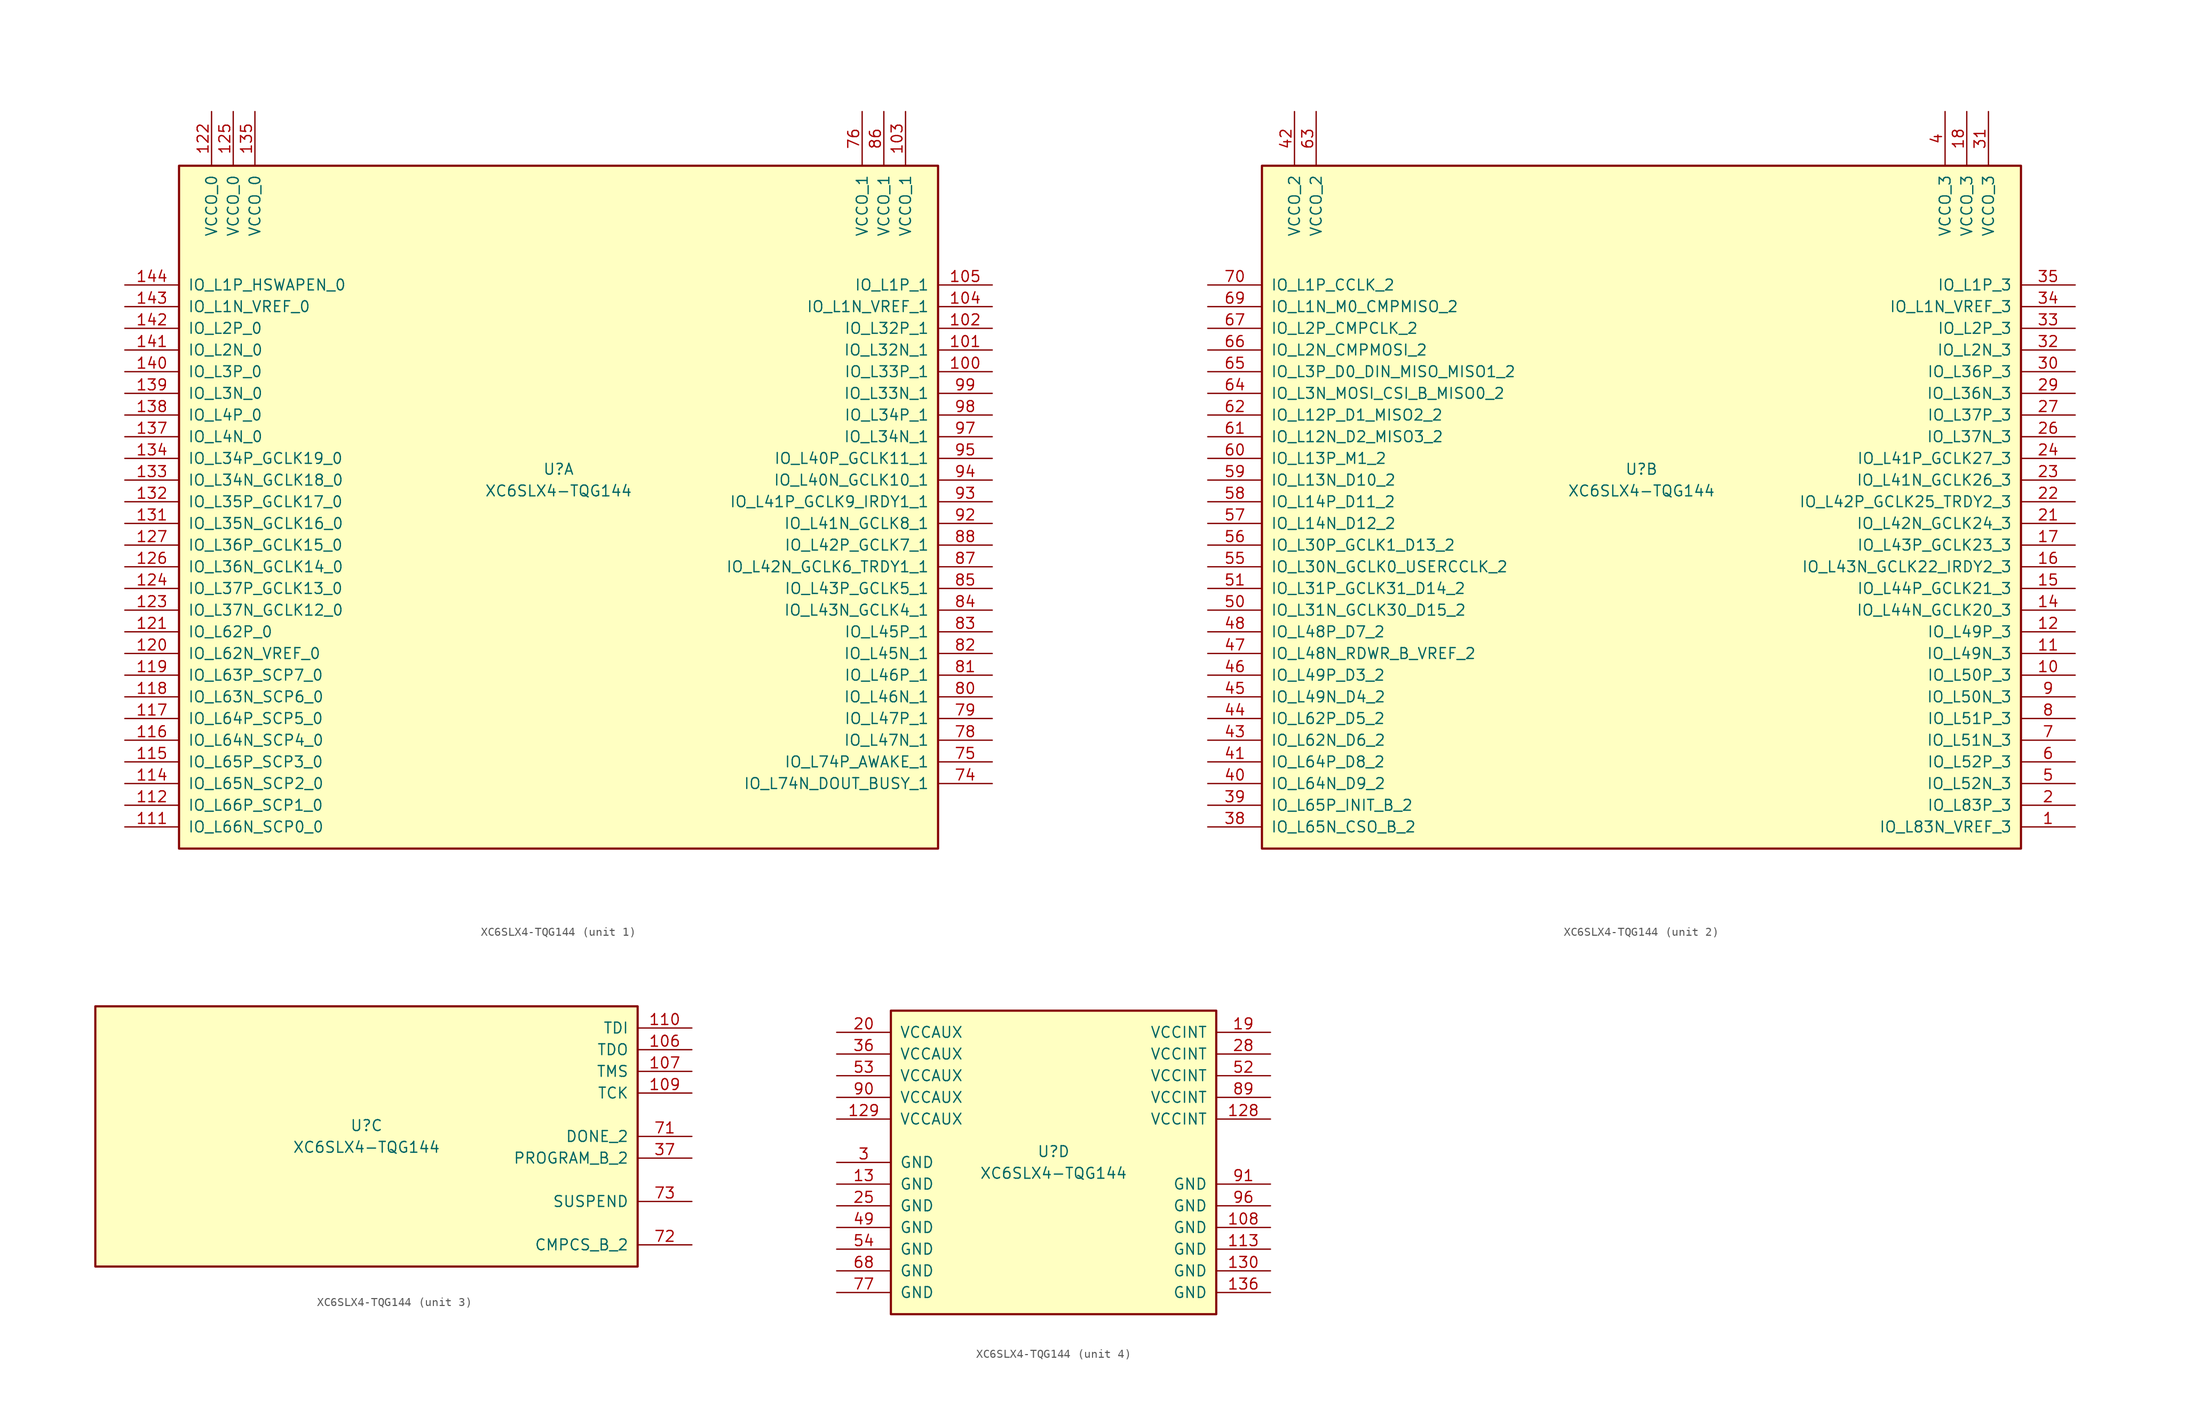
<source format=kicad_sym>
(kicad_symbol_lib
  (version 20220914)
  (generator kicad_symbol_editor)
  (symbol "XC6SLX4-TQG144"
    (pin_names
      (offset 1.016))
    (property "Reference" "U"
      (at 0 1.27 0)
      (effects (font (size 1.27 1.27))))
    (property "Value" "XC6SLX4-TQG144"
      (at 0 -1.27 0)
      (effects (font (size 1.27 1.27))))
    (property "Datasheet" ""
      (at 0 0 0)
      (effects (font (size 1.27 1.27))))
    (property "ki_locked" ""
      (at 0 0 0)
      (effects (font (size 1.27 1.27))))
    (symbol "XC6SLX4-TQG144_1_1"
      (rectangle (start -44.45 36.83) (end 44.45 -43.18) (stroke (width 0.254) (type default)) (fill (type background)))
      (pin bidirectional line (at 50.8 12.7 180) (length 6.35) (name "IO_L33P_1" (effects (font (size 1.27 1.27)))) (number "100" (effects (font (size 1.27 1.27)))))
      (pin bidirectional line (at 50.8 15.24 180) (length 6.35) (name "IO_L32N_1" (effects (font (size 1.27 1.27)))) (number "101" (effects (font (size 1.27 1.27)))))
      (pin bidirectional line (at 50.8 17.78 180) (length 6.35) (name "IO_L32P_1" (effects (font (size 1.27 1.27)))) (number "102" (effects (font (size 1.27 1.27)))))
      (pin power_in line (at 40.64 43.18 270) (length 6.35) (name "VCCO_1" (effects (font (size 1.27 1.27)))) (number "103" (effects (font (size 1.27 1.27)))))
      (pin bidirectional line (at 50.8 20.32 180) (length 6.35) (name "IO_L1N_VREF_1" (effects (font (size 1.27 1.27)))) (number "104" (effects (font (size 1.27 1.27)))))
      (pin bidirectional line (at 50.8 22.86 180) (length 6.35) (name "IO_L1P_1" (effects (font (size 1.27 1.27)))) (number "105" (effects (font (size 1.27 1.27)))))
      (pin bidirectional line (at -50.8 -40.64 0) (length 6.35) (name "IO_L66N_SCP0_0" (effects (font (size 1.27 1.27)))) (number "111" (effects (font (size 1.27 1.27)))))
      (pin bidirectional line (at -50.8 -38.1 0) (length 6.35) (name "IO_L66P_SCP1_0" (effects (font (size 1.27 1.27)))) (number "112" (effects (font (size 1.27 1.27)))))
      (pin bidirectional line (at -50.8 -35.56 0) (length 6.35) (name "IO_L65N_SCP2_0" (effects (font (size 1.27 1.27)))) (number "114" (effects (font (size 1.27 1.27)))))
      (pin bidirectional line (at -50.8 -33.02 0) (length 6.35) (name "IO_L65P_SCP3_0" (effects (font (size 1.27 1.27)))) (number "115" (effects (font (size 1.27 1.27)))))
      (pin bidirectional line (at -50.8 -30.48 0) (length 6.35) (name "IO_L64N_SCP4_0" (effects (font (size 1.27 1.27)))) (number "116" (effects (font (size 1.27 1.27)))))
      (pin bidirectional line (at -50.8 -27.94 0) (length 6.35) (name "IO_L64P_SCP5_0" (effects (font (size 1.27 1.27)))) (number "117" (effects (font (size 1.27 1.27)))))
      (pin bidirectional line (at -50.8 -25.4 0) (length 6.35) (name "IO_L63N_SCP6_0" (effects (font (size 1.27 1.27)))) (number "118" (effects (font (size 1.27 1.27)))))
      (pin bidirectional line (at -50.8 -22.86 0) (length 6.35) (name "IO_L63P_SCP7_0" (effects (font (size 1.27 1.27)))) (number "119" (effects (font (size 1.27 1.27)))))
      (pin bidirectional line (at -50.8 -20.32 0) (length 6.35) (name "IO_L62N_VREF_0" (effects (font (size 1.27 1.27)))) (number "120" (effects (font (size 1.27 1.27)))))
      (pin bidirectional line (at -50.8 -17.78 0) (length 6.35) (name "IO_L62P_0" (effects (font (size 1.27 1.27)))) (number "121" (effects (font (size 1.27 1.27)))))
      (pin power_in line (at -40.64 43.18 270) (length 6.35) (name "VCCO_0" (effects (font (size 1.27 1.27)))) (number "122" (effects (font (size 1.27 1.27)))))
      (pin bidirectional line (at -50.8 -15.24 0) (length 6.35) (name "IO_L37N_GCLK12_0" (effects (font (size 1.27 1.27)))) (number "123" (effects (font (size 1.27 1.27)))))
      (pin bidirectional line (at -50.8 -12.7 0) (length 6.35) (name "IO_L37P_GCLK13_0" (effects (font (size 1.27 1.27)))) (number "124" (effects (font (size 1.27 1.27)))))
      (pin power_in line (at -38.1 43.18 270) (length 6.35) (name "VCCO_0" (effects (font (size 1.27 1.27)))) (number "125" (effects (font (size 1.27 1.27)))))
      (pin bidirectional line (at -50.8 -10.16 0) (length 6.35) (name "IO_L36N_GCLK14_0" (effects (font (size 1.27 1.27)))) (number "126" (effects (font (size 1.27 1.27)))))
      (pin bidirectional line (at -50.8 -7.62 0) (length 6.35) (name "IO_L36P_GCLK15_0" (effects (font (size 1.27 1.27)))) (number "127" (effects (font (size 1.27 1.27)))))
      (pin bidirectional line (at -50.8 -5.08 0) (length 6.35) (name "IO_L35N_GCLK16_0" (effects (font (size 1.27 1.27)))) (number "131" (effects (font (size 1.27 1.27)))))
      (pin bidirectional line (at -50.8 -2.54 0) (length 6.35) (name "IO_L35P_GCLK17_0" (effects (font (size 1.27 1.27)))) (number "132" (effects (font (size 1.27 1.27)))))
      (pin bidirectional line (at -50.8 0 0) (length 6.35) (name "IO_L34N_GCLK18_0" (effects (font (size 1.27 1.27)))) (number "133" (effects (font (size 1.27 1.27)))))
      (pin bidirectional line (at -50.8 2.54 0) (length 6.35) (name "IO_L34P_GCLK19_0" (effects (font (size 1.27 1.27)))) (number "134" (effects (font (size 1.27 1.27)))))
      (pin power_in line (at -35.56 43.18 270) (length 6.35) (name "VCCO_0" (effects (font (size 1.27 1.27)))) (number "135" (effects (font (size 1.27 1.27)))))
      (pin bidirectional line (at -50.8 5.08 0) (length 6.35) (name "IO_L4N_0" (effects (font (size 1.27 1.27)))) (number "137" (effects (font (size 1.27 1.27)))))
      (pin bidirectional line (at -50.8 7.62 0) (length 6.35) (name "IO_L4P_0" (effects (font (size 1.27 1.27)))) (number "138" (effects (font (size 1.27 1.27)))))
      (pin bidirectional line (at -50.8 10.16 0) (length 6.35) (name "IO_L3N_0" (effects (font (size 1.27 1.27)))) (number "139" (effects (font (size 1.27 1.27)))))
      (pin bidirectional line (at -50.8 12.7 0) (length 6.35) (name "IO_L3P_0" (effects (font (size 1.27 1.27)))) (number "140" (effects (font (size 1.27 1.27)))))
      (pin bidirectional line (at -50.8 15.24 0) (length 6.35) (name "IO_L2N_0" (effects (font (size 1.27 1.27)))) (number "141" (effects (font (size 1.27 1.27)))))
      (pin bidirectional line (at -50.8 17.78 0) (length 6.35) (name "IO_L2P_0" (effects (font (size 1.27 1.27)))) (number "142" (effects (font (size 1.27 1.27)))))
      (pin bidirectional line (at -50.8 20.32 0) (length 6.35) (name "IO_L1N_VREF_0" (effects (font (size 1.27 1.27)))) (number "143" (effects (font (size 1.27 1.27)))))
      (pin bidirectional line (at -50.8 22.86 0) (length 6.35) (name "IO_L1P_HSWAPEN_0" (effects (font (size 1.27 1.27)))) (number "144" (effects (font (size 1.27 1.27)))))
      (pin bidirectional line (at 50.8 -35.56 180) (length 6.35) (name "IO_L74N_DOUT_BUSY_1" (effects (font (size 1.27 1.27)))) (number "74" (effects (font (size 1.27 1.27)))))
      (pin bidirectional line (at 50.8 -33.02 180) (length 6.35) (name "IO_L74P_AWAKE_1" (effects (font (size 1.27 1.27)))) (number "75" (effects (font (size 1.27 1.27)))))
      (pin power_in line (at 35.56 43.18 270) (length 6.35) (name "VCCO_1" (effects (font (size 1.27 1.27)))) (number "76" (effects (font (size 1.27 1.27)))))
      (pin bidirectional line (at 50.8 -30.48 180) (length 6.35) (name "IO_L47N_1" (effects (font (size 1.27 1.27)))) (number "78" (effects (font (size 1.27 1.27)))))
      (pin bidirectional line (at 50.8 -27.94 180) (length 6.35) (name "IO_L47P_1" (effects (font (size 1.27 1.27)))) (number "79" (effects (font (size 1.27 1.27)))))
      (pin bidirectional line (at 50.8 -25.4 180) (length 6.35) (name "IO_L46N_1" (effects (font (size 1.27 1.27)))) (number "80" (effects (font (size 1.27 1.27)))))
      (pin bidirectional line (at 50.8 -22.86 180) (length 6.35) (name "IO_L46P_1" (effects (font (size 1.27 1.27)))) (number "81" (effects (font (size 1.27 1.27)))))
      (pin bidirectional line (at 50.8 -20.32 180) (length 6.35) (name "IO_L45N_1" (effects (font (size 1.27 1.27)))) (number "82" (effects (font (size 1.27 1.27)))))
      (pin bidirectional line (at 50.8 -17.78 180) (length 6.35) (name "IO_L45P_1" (effects (font (size 1.27 1.27)))) (number "83" (effects (font (size 1.27 1.27)))))
      (pin bidirectional line (at 50.8 -15.24 180) (length 6.35) (name "IO_L43N_GCLK4_1" (effects (font (size 1.27 1.27)))) (number "84" (effects (font (size 1.27 1.27)))))
      (pin bidirectional line (at 50.8 -12.7 180) (length 6.35) (name "IO_L43P_GCLK5_1" (effects (font (size 1.27 1.27)))) (number "85" (effects (font (size 1.27 1.27)))))
      (pin power_in line (at 38.1 43.18 270) (length 6.35) (name "VCCO_1" (effects (font (size 1.27 1.27)))) (number "86" (effects (font (size 1.27 1.27)))))
      (pin bidirectional line (at 50.8 -10.16 180) (length 6.35) (name "IO_L42N_GCLK6_TRDY1_1" (effects (font (size 1.27 1.27)))) (number "87" (effects (font (size 1.27 1.27)))))
      (pin bidirectional line (at 50.8 -7.62 180) (length 6.35) (name "IO_L42P_GCLK7_1" (effects (font (size 1.27 1.27)))) (number "88" (effects (font (size 1.27 1.27)))))
      (pin bidirectional line (at 50.8 -5.08 180) (length 6.35) (name "IO_L41N_GCLK8_1" (effects (font (size 1.27 1.27)))) (number "92" (effects (font (size 1.27 1.27)))))
      (pin bidirectional line (at 50.8 -2.54 180) (length 6.35) (name "IO_L41P_GCLK9_IRDY1_1" (effects (font (size 1.27 1.27)))) (number "93" (effects (font (size 1.27 1.27)))))
      (pin bidirectional line (at 50.8 0 180) (length 6.35) (name "IO_L40N_GCLK10_1" (effects (font (size 1.27 1.27)))) (number "94" (effects (font (size 1.27 1.27)))))
      (pin bidirectional line (at 50.8 2.54 180) (length 6.35) (name "IO_L40P_GCLK11_1" (effects (font (size 1.27 1.27)))) (number "95" (effects (font (size 1.27 1.27)))))
      (pin bidirectional line (at 50.8 5.08 180) (length 6.35) (name "IO_L34N_1" (effects (font (size 1.27 1.27)))) (number "97" (effects (font (size 1.27 1.27)))))
      (pin bidirectional line (at 50.8 7.62 180) (length 6.35) (name "IO_L34P_1" (effects (font (size 1.27 1.27)))) (number "98" (effects (font (size 1.27 1.27)))))
      (pin bidirectional line (at 50.8 10.16 180) (length 6.35) (name "IO_L33N_1" (effects (font (size 1.27 1.27)))) (number "99" (effects (font (size 1.27 1.27))))))
    (symbol "XC6SLX4-TQG144_2_1"
      (rectangle (start -44.45 36.83) (end 44.45 -43.18) (stroke (width 0.254) (type default)) (fill (type background)))
      (pin bidirectional line (at 50.8 -40.64 180) (length 6.35) (name "IO_L83N_VREF_3" (effects (font (size 1.27 1.27)))) (number "1" (effects (font (size 1.27 1.27)))))
      (pin bidirectional line (at 50.8 -22.86 180) (length 6.35) (name "IO_L50P_3" (effects (font (size 1.27 1.27)))) (number "10" (effects (font (size 1.27 1.27)))))
      (pin bidirectional line (at 50.8 -20.32 180) (length 6.35) (name "IO_L49N_3" (effects (font (size 1.27 1.27)))) (number "11" (effects (font (size 1.27 1.27)))))
      (pin bidirectional line (at 50.8 -17.78 180) (length 6.35) (name "IO_L49P_3" (effects (font (size 1.27 1.27)))) (number "12" (effects (font (size 1.27 1.27)))))
      (pin bidirectional line (at 50.8 -15.24 180) (length 6.35) (name "IO_L44N_GCLK20_3" (effects (font (size 1.27 1.27)))) (number "14" (effects (font (size 1.27 1.27)))))
      (pin bidirectional line (at 50.8 -12.7 180) (length 6.35) (name "IO_L44P_GCLK21_3" (effects (font (size 1.27 1.27)))) (number "15" (effects (font (size 1.27 1.27)))))
      (pin bidirectional line (at 50.8 -10.16 180) (length 6.35) (name "IO_L43N_GCLK22_IRDY2_3" (effects (font (size 1.27 1.27)))) (number "16" (effects (font (size 1.27 1.27)))))
      (pin bidirectional line (at 50.8 -7.62 180) (length 6.35) (name "IO_L43P_GCLK23_3" (effects (font (size 1.27 1.27)))) (number "17" (effects (font (size 1.27 1.27)))))
      (pin power_in line (at 38.1 43.18 270) (length 6.35) (name "VCCO_3" (effects (font (size 1.27 1.27)))) (number "18" (effects (font (size 1.27 1.27)))))
      (pin bidirectional line (at 50.8 -38.1 180) (length 6.35) (name "IO_L83P_3" (effects (font (size 1.27 1.27)))) (number "2" (effects (font (size 1.27 1.27)))))
      (pin bidirectional line (at 50.8 -5.08 180) (length 6.35) (name "IO_L42N_GCLK24_3" (effects (font (size 1.27 1.27)))) (number "21" (effects (font (size 1.27 1.27)))))
      (pin bidirectional line (at 50.8 -2.54 180) (length 6.35) (name "IO_L42P_GCLK25_TRDY2_3" (effects (font (size 1.27 1.27)))) (number "22" (effects (font (size 1.27 1.27)))))
      (pin bidirectional line (at 50.8 0 180) (length 6.35) (name "IO_L41N_GCLK26_3" (effects (font (size 1.27 1.27)))) (number "23" (effects (font (size 1.27 1.27)))))
      (pin bidirectional line (at 50.8 2.54 180) (length 6.35) (name "IO_L41P_GCLK27_3" (effects (font (size 1.27 1.27)))) (number "24" (effects (font (size 1.27 1.27)))))
      (pin bidirectional line (at 50.8 5.08 180) (length 6.35) (name "IO_L37N_3" (effects (font (size 1.27 1.27)))) (number "26" (effects (font (size 1.27 1.27)))))
      (pin bidirectional line (at 50.8 7.62 180) (length 6.35) (name "IO_L37P_3" (effects (font (size 1.27 1.27)))) (number "27" (effects (font (size 1.27 1.27)))))
      (pin bidirectional line (at 50.8 10.16 180) (length 6.35) (name "IO_L36N_3" (effects (font (size 1.27 1.27)))) (number "29" (effects (font (size 1.27 1.27)))))
      (pin bidirectional line (at 50.8 12.7 180) (length 6.35) (name "IO_L36P_3" (effects (font (size 1.27 1.27)))) (number "30" (effects (font (size 1.27 1.27)))))
      (pin power_in line (at 40.64 43.18 270) (length 6.35) (name "VCCO_3" (effects (font (size 1.27 1.27)))) (number "31" (effects (font (size 1.27 1.27)))))
      (pin bidirectional line (at 50.8 15.24 180) (length 6.35) (name "IO_L2N_3" (effects (font (size 1.27 1.27)))) (number "32" (effects (font (size 1.27 1.27)))))
      (pin bidirectional line (at 50.8 17.78 180) (length 6.35) (name "IO_L2P_3" (effects (font (size 1.27 1.27)))) (number "33" (effects (font (size 1.27 1.27)))))
      (pin bidirectional line (at 50.8 20.32 180) (length 6.35) (name "IO_L1N_VREF_3" (effects (font (size 1.27 1.27)))) (number "34" (effects (font (size 1.27 1.27)))))
      (pin bidirectional line (at 50.8 22.86 180) (length 6.35) (name "IO_L1P_3" (effects (font (size 1.27 1.27)))) (number "35" (effects (font (size 1.27 1.27)))))
      (pin bidirectional line (at -50.8 -40.64 0) (length 6.35) (name "IO_L65N_CSO_B_2" (effects (font (size 1.27 1.27)))) (number "38" (effects (font (size 1.27 1.27)))))
      (pin bidirectional line (at -50.8 -38.1 0) (length 6.35) (name "IO_L65P_INIT_B_2" (effects (font (size 1.27 1.27)))) (number "39" (effects (font (size 1.27 1.27)))))
      (pin power_in line (at 35.56 43.18 270) (length 6.35) (name "VCCO_3" (effects (font (size 1.27 1.27)))) (number "4" (effects (font (size 1.27 1.27)))))
      (pin bidirectional line (at -50.8 -35.56 0) (length 6.35) (name "IO_L64N_D9_2" (effects (font (size 1.27 1.27)))) (number "40" (effects (font (size 1.27 1.27)))))
      (pin bidirectional line (at -50.8 -33.02 0) (length 6.35) (name "IO_L64P_D8_2" (effects (font (size 1.27 1.27)))) (number "41" (effects (font (size 1.27 1.27)))))
      (pin power_in line (at -40.64 43.18 270) (length 6.35) (name "VCCO_2" (effects (font (size 1.27 1.27)))) (number "42" (effects (font (size 1.27 1.27)))))
      (pin bidirectional line (at -50.8 -30.48 0) (length 6.35) (name "IO_L62N_D6_2" (effects (font (size 1.27 1.27)))) (number "43" (effects (font (size 1.27 1.27)))))
      (pin bidirectional line (at -50.8 -27.94 0) (length 6.35) (name "IO_L62P_D5_2" (effects (font (size 1.27 1.27)))) (number "44" (effects (font (size 1.27 1.27)))))
      (pin bidirectional line (at -50.8 -25.4 0) (length 6.35) (name "IO_L49N_D4_2" (effects (font (size 1.27 1.27)))) (number "45" (effects (font (size 1.27 1.27)))))
      (pin bidirectional line (at -50.8 -22.86 0) (length 6.35) (name "IO_L49P_D3_2" (effects (font (size 1.27 1.27)))) (number "46" (effects (font (size 1.27 1.27)))))
      (pin bidirectional line (at -50.8 -20.32 0) (length 6.35) (name "IO_L48N_RDWR_B_VREF_2" (effects (font (size 1.27 1.27)))) (number "47" (effects (font (size 1.27 1.27)))))
      (pin bidirectional line (at -50.8 -17.78 0) (length 6.35) (name "IO_L48P_D7_2" (effects (font (size 1.27 1.27)))) (number "48" (effects (font (size 1.27 1.27)))))
      (pin bidirectional line (at 50.8 -35.56 180) (length 6.35) (name "IO_L52N_3" (effects (font (size 1.27 1.27)))) (number "5" (effects (font (size 1.27 1.27)))))
      (pin bidirectional line (at -50.8 -15.24 0) (length 6.35) (name "IO_L31N_GCLK30_D15_2" (effects (font (size 1.27 1.27)))) (number "50" (effects (font (size 1.27 1.27)))))
      (pin bidirectional line (at -50.8 -12.7 0) (length 6.35) (name "IO_L31P_GCLK31_D14_2" (effects (font (size 1.27 1.27)))) (number "51" (effects (font (size 1.27 1.27)))))
      (pin bidirectional line (at -50.8 -10.16 0) (length 6.35) (name "IO_L30N_GCLK0_USERCCLK_2" (effects (font (size 1.27 1.27)))) (number "55" (effects (font (size 1.27 1.27)))))
      (pin bidirectional line (at -50.8 -7.62 0) (length 6.35) (name "IO_L30P_GCLK1_D13_2" (effects (font (size 1.27 1.27)))) (number "56" (effects (font (size 1.27 1.27)))))
      (pin bidirectional line (at -50.8 -5.08 0) (length 6.35) (name "IO_L14N_D12_2" (effects (font (size 1.27 1.27)))) (number "57" (effects (font (size 1.27 1.27)))))
      (pin bidirectional line (at -50.8 -2.54 0) (length 6.35) (name "IO_L14P_D11_2" (effects (font (size 1.27 1.27)))) (number "58" (effects (font (size 1.27 1.27)))))
      (pin bidirectional line (at -50.8 0 0) (length 6.35) (name "IO_L13N_D10_2" (effects (font (size 1.27 1.27)))) (number "59" (effects (font (size 1.27 1.27)))))
      (pin bidirectional line (at 50.8 -33.02 180) (length 6.35) (name "IO_L52P_3" (effects (font (size 1.27 1.27)))) (number "6" (effects (font (size 1.27 1.27)))))
      (pin bidirectional line (at -50.8 2.54 0) (length 6.35) (name "IO_L13P_M1_2" (effects (font (size 1.27 1.27)))) (number "60" (effects (font (size 1.27 1.27)))))
      (pin bidirectional line (at -50.8 5.08 0) (length 6.35) (name "IO_L12N_D2_MISO3_2" (effects (font (size 1.27 1.27)))) (number "61" (effects (font (size 1.27 1.27)))))
      (pin bidirectional line (at -50.8 7.62 0) (length 6.35) (name "IO_L12P_D1_MISO2_2" (effects (font (size 1.27 1.27)))) (number "62" (effects (font (size 1.27 1.27)))))
      (pin power_in line (at -38.1 43.18 270) (length 6.35) (name "VCCO_2" (effects (font (size 1.27 1.27)))) (number "63" (effects (font (size 1.27 1.27)))))
      (pin bidirectional line (at -50.8 10.16 0) (length 6.35) (name "IO_L3N_MOSI_CSI_B_MISO0_2" (effects (font (size 1.27 1.27)))) (number "64" (effects (font (size 1.27 1.27)))))
      (pin bidirectional line (at -50.8 12.7 0) (length 6.35) (name "IO_L3P_D0_DIN_MISO_MISO1_2" (effects (font (size 1.27 1.27)))) (number "65" (effects (font (size 1.27 1.27)))))
      (pin bidirectional line (at -50.8 15.24 0) (length 6.35) (name "IO_L2N_CMPMOSI_2" (effects (font (size 1.27 1.27)))) (number "66" (effects (font (size 1.27 1.27)))))
      (pin bidirectional line (at -50.8 17.78 0) (length 6.35) (name "IO_L2P_CMPCLK_2" (effects (font (size 1.27 1.27)))) (number "67" (effects (font (size 1.27 1.27)))))
      (pin bidirectional line (at -50.8 20.32 0) (length 6.35) (name "IO_L1N_M0_CMPMISO_2" (effects (font (size 1.27 1.27)))) (number "69" (effects (font (size 1.27 1.27)))))
      (pin bidirectional line (at 50.8 -30.48 180) (length 6.35) (name "IO_L51N_3" (effects (font (size 1.27 1.27)))) (number "7" (effects (font (size 1.27 1.27)))))
      (pin bidirectional line (at -50.8 22.86 0) (length 6.35) (name "IO_L1P_CCLK_2" (effects (font (size 1.27 1.27)))) (number "70" (effects (font (size 1.27 1.27)))))
      (pin bidirectional line (at 50.8 -27.94 180) (length 6.35) (name "IO_L51P_3" (effects (font (size 1.27 1.27)))) (number "8" (effects (font (size 1.27 1.27)))))
      (pin bidirectional line (at 50.8 -25.4 180) (length 6.35) (name "IO_L50N_3" (effects (font (size 1.27 1.27)))) (number "9" (effects (font (size 1.27 1.27))))))
    (symbol "XC6SLX4-TQG144_3_1"
      (rectangle (start -31.75 15.24) (end 31.75 -15.24) (stroke (width 0.254) (type default)) (fill (type background)))
      (pin bidirectional line (at 38.1 10.16 180) (length 6.35) (name "TDO" (effects (font (size 1.27 1.27)))) (number "106" (effects (font (size 1.27 1.27)))))
      (pin bidirectional line (at 38.1 7.62 180) (length 6.35) (name "TMS" (effects (font (size 1.27 1.27)))) (number "107" (effects (font (size 1.27 1.27)))))
      (pin bidirectional line (at 38.1 5.08 180) (length 6.35) (name "TCK" (effects (font (size 1.27 1.27)))) (number "109" (effects (font (size 1.27 1.27)))))
      (pin bidirectional line (at 38.1 12.7 180) (length 6.35) (name "TDI" (effects (font (size 1.27 1.27)))) (number "110" (effects (font (size 1.27 1.27)))))
      (pin bidirectional line (at 38.1 -2.54 180) (length 6.35) (name "PROGRAM_B_2" (effects (font (size 1.27 1.27)))) (number "37" (effects (font (size 1.27 1.27)))))
      (pin bidirectional line (at 38.1 0 180) (length 6.35) (name "DONE_2" (effects (font (size 1.27 1.27)))) (number "71" (effects (font (size 1.27 1.27)))))
      (pin bidirectional line (at 38.1 -12.7 180) (length 6.35) (name "CMPCS_B_2" (effects (font (size 1.27 1.27)))) (number "72" (effects (font (size 1.27 1.27)))))
      (pin bidirectional line (at 38.1 -7.62 180) (length 6.35) (name "SUSPEND" (effects (font (size 1.27 1.27)))) (number "73" (effects (font (size 1.27 1.27))))))
    (symbol "XC6SLX4-TQG144_4_1"
      (rectangle (start -19.05 17.78) (end 19.05 -17.78) (stroke (width 0.254) (type default)) (fill (type background)))
      (pin power_in line (at 25.4 -7.62 180) (length 6.35) (name "GND" (effects (font (size 1.27 1.27)))) (number "108" (effects (font (size 1.27 1.27)))))
      (pin power_in line (at 25.4 -10.16 180) (length 6.35) (name "GND" (effects (font (size 1.27 1.27)))) (number "113" (effects (font (size 1.27 1.27)))))
      (pin power_in line (at 25.4 5.08 180) (length 6.35) (name "VCCINT" (effects (font (size 1.27 1.27)))) (number "128" (effects (font (size 1.27 1.27)))))
      (pin power_in line (at -25.4 5.08 0) (length 6.35) (name "VCCAUX" (effects (font (size 1.27 1.27)))) (number "129" (effects (font (size 1.27 1.27)))))
      (pin power_in line (at -25.4 -2.54 0) (length 6.35) (name "GND" (effects (font (size 1.27 1.27)))) (number "13" (effects (font (size 1.27 1.27)))))
      (pin power_in line (at 25.4 -12.7 180) (length 6.35) (name "GND" (effects (font (size 1.27 1.27)))) (number "130" (effects (font (size 1.27 1.27)))))
      (pin power_in line (at 25.4 -15.24 180) (length 6.35) (name "GND" (effects (font (size 1.27 1.27)))) (number "136" (effects (font (size 1.27 1.27)))))
      (pin power_in line (at 25.4 15.24 180) (length 6.35) (name "VCCINT" (effects (font (size 1.27 1.27)))) (number "19" (effects (font (size 1.27 1.27)))))
      (pin power_in line (at -25.4 15.24 0) (length 6.35) (name "VCCAUX" (effects (font (size 1.27 1.27)))) (number "20" (effects (font (size 1.27 1.27)))))
      (pin power_in line (at -25.4 -5.08 0) (length 6.35) (name "GND" (effects (font (size 1.27 1.27)))) (number "25" (effects (font (size 1.27 1.27)))))
      (pin power_in line (at 25.4 12.7 180) (length 6.35) (name "VCCINT" (effects (font (size 1.27 1.27)))) (number "28" (effects (font (size 1.27 1.27)))))
      (pin power_in line (at -25.4 0 0) (length 6.35) (name "GND" (effects (font (size 1.27 1.27)))) (number "3" (effects (font (size 1.27 1.27)))))
      (pin power_in line (at -25.4 12.7 0) (length 6.35) (name "VCCAUX" (effects (font (size 1.27 1.27)))) (number "36" (effects (font (size 1.27 1.27)))))
      (pin power_in line (at -25.4 -7.62 0) (length 6.35) (name "GND" (effects (font (size 1.27 1.27)))) (number "49" (effects (font (size 1.27 1.27)))))
      (pin power_in line (at 25.4 10.16 180) (length 6.35) (name "VCCINT" (effects (font (size 1.27 1.27)))) (number "52" (effects (font (size 1.27 1.27)))))
      (pin power_in line (at -25.4 10.16 0) (length 6.35) (name "VCCAUX" (effects (font (size 1.27 1.27)))) (number "53" (effects (font (size 1.27 1.27)))))
      (pin power_in line (at -25.4 -10.16 0) (length 6.35) (name "GND" (effects (font (size 1.27 1.27)))) (number "54" (effects (font (size 1.27 1.27)))))
      (pin power_in line (at -25.4 -12.7 0) (length 6.35) (name "GND" (effects (font (size 1.27 1.27)))) (number "68" (effects (font (size 1.27 1.27)))))
      (pin power_in line (at -25.4 -15.24 0) (length 6.35) (name "GND" (effects (font (size 1.27 1.27)))) (number "77" (effects (font (size 1.27 1.27)))))
      (pin power_in line (at 25.4 7.62 180) (length 6.35) (name "VCCINT" (effects (font (size 1.27 1.27)))) (number "89" (effects (font (size 1.27 1.27)))))
      (pin power_in line (at -25.4 7.62 0) (length 6.35) (name "VCCAUX" (effects (font (size 1.27 1.27)))) (number "90" (effects (font (size 1.27 1.27)))))
      (pin power_in line (at 25.4 -2.54 180) (length 6.35) (name "GND" (effects (font (size 1.27 1.27)))) (number "91" (effects (font (size 1.27 1.27)))))
      (pin power_in line (at 25.4 -5.08 180) (length 6.35) (name "GND" (effects (font (size 1.27 1.27)))) (number "96" (effects (font (size 1.27 1.27))))))))
</source>
